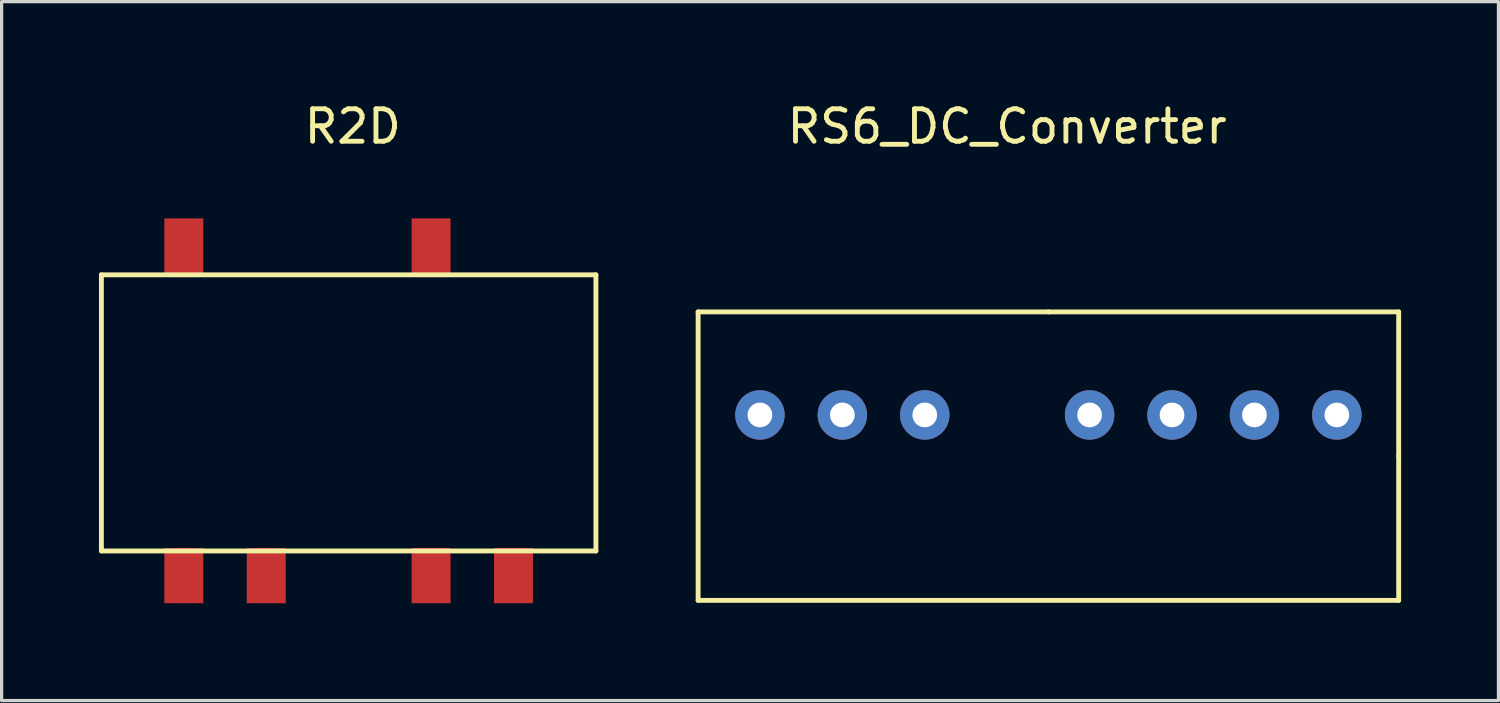
<source format=kicad_pcb>
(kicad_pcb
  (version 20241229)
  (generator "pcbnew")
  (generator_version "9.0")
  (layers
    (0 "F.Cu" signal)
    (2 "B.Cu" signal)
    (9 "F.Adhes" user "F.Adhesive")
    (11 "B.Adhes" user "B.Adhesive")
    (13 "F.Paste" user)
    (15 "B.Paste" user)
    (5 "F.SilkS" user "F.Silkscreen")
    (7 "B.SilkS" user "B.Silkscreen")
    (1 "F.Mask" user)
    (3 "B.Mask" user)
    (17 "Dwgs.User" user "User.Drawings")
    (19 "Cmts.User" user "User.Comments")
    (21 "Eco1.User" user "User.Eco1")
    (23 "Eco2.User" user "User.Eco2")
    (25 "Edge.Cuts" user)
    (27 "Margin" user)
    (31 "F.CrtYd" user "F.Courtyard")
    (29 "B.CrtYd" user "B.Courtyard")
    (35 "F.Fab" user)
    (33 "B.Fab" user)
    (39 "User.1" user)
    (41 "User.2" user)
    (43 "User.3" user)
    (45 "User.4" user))
  (footprint "R2D"
    (layer "F.Cu")
    (at 7.695 9.738)
    (property "Reference" "R2D" (at 0.127 -8.89 0) (layer "F.SilkS") (effects (font (size 1 1) (thickness 0.15))))
    (attr through_hole)
    (fp_line (start -7.62 -4.318) (end -7.62 4.191) (stroke (width 0.15) (type solid)) (layer "F.SilkS"))
    (fp_line (start -7.62 4.191) (end 7.62 4.191) (stroke (width 0.15) (type solid)) (layer "F.SilkS"))
    (fp_line (start 7.62 -4.318) (end -7.62 -4.318) (stroke (width 0.15) (type solid)) (layer "F.SilkS"))
    (fp_line (start 7.62 4.191) (end 7.62 -4.318) (stroke (width 0.15) (type solid)) (layer "F.SilkS"))
    (pad "1" smd rect (at -5.08 4.953) (size 1.2 1.7) (layers "F.Cu" "F.Mask" "F.Paste"))
    (pad "2" smd rect (at -5.08 -5.207) (size 1.2 1.7) (layers "F.Cu" "F.Mask" "F.Paste"))
    (pad "3" smd rect (at -2.54 4.953) (size 1.2 1.7) (layers "F.Cu" "F.Mask" "F.Paste"))
    (pad "4" smd rect (at 2.54 4.953) (size 1.2 1.7) (layers "F.Cu" "F.Mask" "F.Paste"))
    (pad "5" smd rect (at 5.08 4.953) (size 1.2 1.7) (layers "F.Cu" "F.Mask" "F.Paste"))
    (pad "6" smd rect (at 2.54 -5.207) (size 1.2 1.7) (layers "F.Cu" "F.Mask" "F.Paste")))
  (footprint "RS6_DC_Converter"
    (layer "F.Cu")
    (at 27.99 9.738)
    (property "Reference" "RS6_DC_Converter" (at 0 -8.89 0) (layer "F.SilkS") (effects (font (size 1 1) (thickness 0.15))))
    (attr through_hole)
    (fp_line (start -9.525 -3.175) (end 1.27 -3.175) (stroke (width 0.15) (type solid)) (layer "F.SilkS"))
    (fp_line (start -9.525 5.715) (end -9.525 -3.175) (stroke (width 0.15) (type solid)) (layer "F.SilkS"))
    (fp_line (start 1.27 -3.175) (end 12.065 -3.175) (stroke (width 0.15) (type solid)) (layer "F.SilkS"))
    (fp_line (start 12.065 -3.175) (end 12.065 1.27) (stroke (width 0.15) (type solid)) (layer "F.SilkS"))
    (fp_line (start 12.065 1.27) (end 12.065 5.715) (stroke (width 0.15) (type solid)) (layer "F.SilkS"))
    (fp_line (start 12.065 5.715) (end -9.525 5.715) (stroke (width 0.15) (type solid)) (layer "F.SilkS"))
    (pad "1" thru_hole circle (at -7.62 0) (size 1.524 1.524) (drill 0.762) (layers "*.Cu" "*.Mask"))
    (pad "2" thru_hole circle (at -5.08 0) (size 1.524 1.524) (drill 0.762) (layers "*.Cu" "*.Mask"))
    (pad "3" thru_hole circle (at -2.54 0) (size 1.524 1.524) (drill 0.762) (layers "*.Cu" "*.Mask"))
    (pad "5" thru_hole circle (at 2.54 0) (size 1.524 1.524) (drill 0.762) (layers "*.Cu" "*.Mask"))
    (pad "6" thru_hole circle (at 5.08 0) (size 1.524 1.524) (drill 0.762) (layers "*.Cu" "*.Mask"))
    (pad "7" thru_hole circle (at 7.62 0) (size 1.524 1.524) (drill 0.762) (layers "*.Cu" "*.Mask"))
    (pad "8" thru_hole circle (at 10.16 0) (size 1.524 1.524) (drill 0.762) (layers "*.Cu" "*.Mask")))
  (gr_rect
    (start -3 -3)
    (end 43.13 18.541)
    (stroke (width 0.1) (type default))
    (fill no)
    (layer "Edge.Cuts")))
</source>
